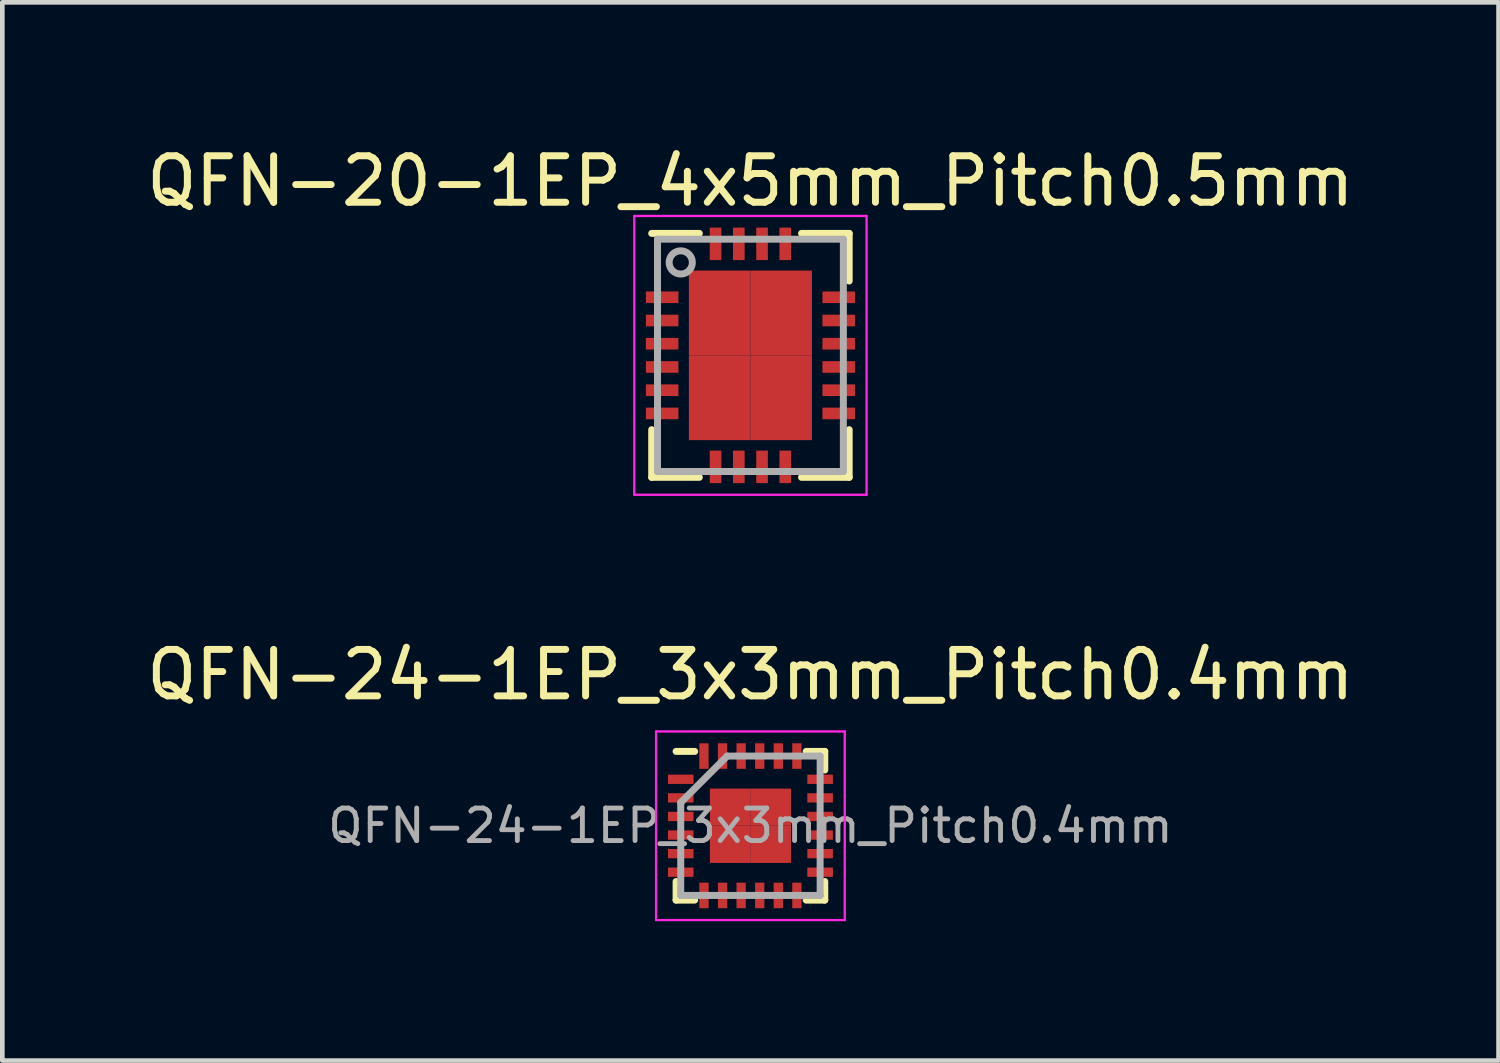
<source format=kicad_pcb>
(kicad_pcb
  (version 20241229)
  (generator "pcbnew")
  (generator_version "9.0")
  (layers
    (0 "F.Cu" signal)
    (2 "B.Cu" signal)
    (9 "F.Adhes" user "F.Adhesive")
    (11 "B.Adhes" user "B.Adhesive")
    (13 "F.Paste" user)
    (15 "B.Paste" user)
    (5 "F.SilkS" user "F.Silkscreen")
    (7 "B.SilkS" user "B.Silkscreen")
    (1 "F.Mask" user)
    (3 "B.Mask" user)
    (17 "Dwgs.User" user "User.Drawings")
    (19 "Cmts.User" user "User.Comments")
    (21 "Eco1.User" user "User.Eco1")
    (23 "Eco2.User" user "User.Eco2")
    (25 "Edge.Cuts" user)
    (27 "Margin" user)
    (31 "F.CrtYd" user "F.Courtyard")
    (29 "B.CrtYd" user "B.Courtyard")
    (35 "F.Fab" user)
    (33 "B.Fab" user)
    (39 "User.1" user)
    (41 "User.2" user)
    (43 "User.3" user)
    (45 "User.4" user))
  (footprint "QFN-20-1EP_4x5mm_Pitch0.5mm"
    (layer "F.Cu")
    (at 13.101 4.598)
    (property "Reference" "QFN-20-1EP_4x5mm_Pitch0.5mm" (at 0 -3.75 0) (layer "F.SilkS") (effects (font (size 1 1) (thickness 0.15))))
    (attr smd)
    (fp_line (start -2.125 -2.625) (end -1.1 -2.625) (stroke (width 0.15) (type solid)) (layer "F.SilkS"))
    (fp_line (start -2.125 2.625) (end -2.125 1.6) (stroke (width 0.15) (type solid)) (layer "F.SilkS"))
    (fp_line (start -2.125 2.625) (end -1.1 2.625) (stroke (width 0.15) (type solid)) (layer "F.SilkS"))
    (fp_line (start 2.125 -2.625) (end 1.1 -2.625) (stroke (width 0.15) (type solid)) (layer "F.SilkS"))
    (fp_line (start 2.125 -2.625) (end 2.125 -1.6) (stroke (width 0.15) (type solid)) (layer "F.SilkS"))
    (fp_line (start 2.125 2.625) (end 1.1 2.625) (stroke (width 0.15) (type solid)) (layer "F.SilkS"))
    (fp_line (start 2.125 2.625) (end 2.125 1.6) (stroke (width 0.15) (type solid)) (layer "F.SilkS"))
    (fp_line (start -2.5 -3) (end -2.5 3) (stroke (width 0.05) (type solid)) (layer "F.CrtYd"))
    (fp_line (start -2.5 -3) (end 2.5 -3) (stroke (width 0.05) (type solid)) (layer "F.CrtYd"))
    (fp_line (start -2.5 3) (end 2.5 3) (stroke (width 0.05) (type solid)) (layer "F.CrtYd"))
    (fp_line (start 2.5 -3) (end 2.5 3) (stroke (width 0.05) (type solid)) (layer "F.CrtYd"))
    (fp_line (start -2 -2.5) (end 2 -2.5) (stroke (width 0.15) (type solid)) (layer "F.Fab"))
    (fp_line (start -2 2.5) (end -2 -2.5) (stroke (width 0.15) (type solid)) (layer "F.Fab"))
    (fp_line (start 2 -2.5) (end 2 2.5) (stroke (width 0.15) (type solid)) (layer "F.Fab"))
    (fp_line (start 2 2.5) (end -2 2.5) (stroke (width 0.15) (type solid)) (layer "F.Fab"))
    (fp_circle (center -1.5 -2) (end -1.75 -2) (stroke (width 0.15) (type solid)) (fill no) (layer "F.Fab"))
    (pad "1" smd rect (at -1.9 -1.25) (size 0.7 0.25) (layers "F.Cu" "F.Mask" "F.Paste"))
    (pad "2" smd rect (at -1.9 -0.75) (size 0.7 0.25) (layers "F.Cu" "F.Mask" "F.Paste"))
    (pad "3" smd rect (at -1.9 -0.25) (size 0.7 0.25) (layers "F.Cu" "F.Mask" "F.Paste"))
    (pad "4" smd rect (at -1.9 0.25) (size 0.7 0.25) (layers "F.Cu" "F.Mask" "F.Paste"))
    (pad "5" smd rect (at -1.9 0.75) (size 0.7 0.25) (layers "F.Cu" "F.Mask" "F.Paste"))
    (pad "6" smd rect (at -1.9 1.25) (size 0.7 0.25) (layers "F.Cu" "F.Mask" "F.Paste"))
    (pad "7" smd rect (at -0.75 2.4 90) (size 0.7 0.25) (layers "F.Cu" "F.Mask" "F.Paste"))
    (pad "8" smd rect (at -0.25 2.4 90) (size 0.7 0.25) (layers "F.Cu" "F.Mask" "F.Paste"))
    (pad "9" smd rect (at 0.25 2.4 90) (size 0.7 0.25) (layers "F.Cu" "F.Mask" "F.Paste"))
    (pad "10" smd rect (at 0.75 2.4 90) (size 0.7 0.25) (layers "F.Cu" "F.Mask" "F.Paste"))
    (pad "11" smd rect (at 1.9 1.25) (size 0.7 0.25) (layers "F.Cu" "F.Mask" "F.Paste"))
    (pad "12" smd rect (at 1.9 0.75) (size 0.7 0.25) (layers "F.Cu" "F.Mask" "F.Paste"))
    (pad "13" smd rect (at 1.9 0.25) (size 0.7 0.25) (layers "F.Cu" "F.Mask" "F.Paste"))
    (pad "14" smd rect (at 1.9 -0.25) (size 0.7 0.25) (layers "F.Cu" "F.Mask" "F.Paste"))
    (pad "15" smd rect (at 1.9 -0.75) (size 0.7 0.25) (layers "F.Cu" "F.Mask" "F.Paste"))
    (pad "16" smd rect (at 1.9 -1.25) (size 0.7 0.25) (layers "F.Cu" "F.Mask" "F.Paste"))
    (pad "17" smd rect (at 0.75 -2.4 90) (size 0.7 0.25) (layers "F.Cu" "F.Mask" "F.Paste"))
    (pad "18" smd rect (at 0.25 -2.4 90) (size 0.7 0.25) (layers "F.Cu" "F.Mask" "F.Paste"))
    (pad "19" smd rect (at -0.25 -2.4 90) (size 0.7 0.25) (layers "F.Cu" "F.Mask" "F.Paste"))
    (pad "20" smd rect (at -0.75 -2.4 90) (size 0.7 0.25) (layers "F.Cu" "F.Mask" "F.Paste"))
    (pad "21" smd rect (at -0.662 -0.912) (size 1.325 1.825) (layers "F.Cu" "F.Mask" "F.Paste"))
    (pad "21" smd rect (at -0.662 0.912) (size 1.325 1.825) (layers "F.Cu" "F.Mask" "F.Paste"))
    (pad "21" smd rect (at 0.662 -0.912) (size 1.325 1.825) (layers "F.Cu" "F.Mask" "F.Paste"))
    (pad "21" smd rect (at 0.662 0.912) (size 1.325 1.825) (layers "F.Cu" "F.Mask" "F.Paste")))
  (footprint "QFN-24-1EP_3x3mm_Pitch0.4mm"
    (layer "F.Cu")
    (at 13.101 14.722)
    (property "Reference" "QFN-24-1EP_3x3mm_Pitch0.4mm" (at 0 -3.25 0) (layer "F.SilkS") (effects (font (size 1 1) (thickness 0.15))))
    (attr smd)
    (fp_line (start -1.6 -1.6) (end -1.2 -1.6) (stroke (width 0.15) (type solid)) (layer "F.SilkS"))
    (fp_line (start -1.6 1.6) (end -1.6 1.2) (stroke (width 0.15) (type solid)) (layer "F.SilkS"))
    (fp_line (start -1.6 1.6) (end -1.2 1.6) (stroke (width 0.15) (type solid)) (layer "F.SilkS"))
    (fp_line (start 1.6 -1.6) (end 1.2 -1.6) (stroke (width 0.15) (type solid)) (layer "F.SilkS"))
    (fp_line (start 1.6 -1.6) (end 1.6 -1.2) (stroke (width 0.15) (type solid)) (layer "F.SilkS"))
    (fp_line (start 1.6 1.6) (end 1.2 1.6) (stroke (width 0.15) (type solid)) (layer "F.SilkS"))
    (fp_line (start 1.6 1.6) (end 1.6 1.2) (stroke (width 0.15) (type solid)) (layer "F.SilkS"))
    (fp_line (start -2.03 -2.03) (end 2.03 -2.03) (stroke (width 0.05) (type solid)) (layer "F.CrtYd"))
    (fp_line (start -2.03 2.03) (end -2.03 -2.03) (stroke (width 0.05) (type solid)) (layer "F.CrtYd"))
    (fp_line (start 2.03 -2.03) (end 2.03 2.03) (stroke (width 0.05) (type solid)) (layer "F.CrtYd"))
    (fp_line (start 2.03 2.03) (end -2.03 2.03) (stroke (width 0.05) (type solid)) (layer "F.CrtYd"))
    (fp_line (start -1.5 -0.5) (end -0.5 -1.5) (stroke (width 0.15) (type solid)) (layer "F.Fab"))
    (fp_line (start -1.5 1.5) (end -1.5 -0.5) (stroke (width 0.15) (type solid)) (layer "F.Fab"))
    (fp_line (start -0.5 -1.5) (end 1.5 -1.5) (stroke (width 0.15) (type solid)) (layer "F.Fab"))
    (fp_line (start 1.5 -1.5) (end 1.5 1.5) (stroke (width 0.15) (type solid)) (layer "F.Fab"))
    (fp_line (start 1.5 1.5) (end -1.5 1.5) (stroke (width 0.15) (type solid)) (layer "F.Fab"))
    (fp_text user "${REFERENCE}" (at 0 0 0) (layer "F.Fab") (effects (font (size 0.7 0.7) (thickness 0.105))))
    (pad "1" smd rect (at -1.5 -1) (size 0.55 0.2) (layers "F.Cu" "F.Mask" "F.Paste"))
    (pad "2" smd rect (at -1.5 -0.6) (size 0.55 0.2) (layers "F.Cu" "F.Mask" "F.Paste"))
    (pad "3" smd rect (at -1.5 -0.2) (size 0.55 0.2) (layers "F.Cu" "F.Mask" "F.Paste"))
    (pad "4" smd rect (at -1.5 0.2) (size 0.55 0.2) (layers "F.Cu" "F.Mask" "F.Paste"))
    (pad "5" smd rect (at -1.5 0.6) (size 0.55 0.2) (layers "F.Cu" "F.Mask" "F.Paste"))
    (pad "6" smd rect (at -1.5 1) (size 0.55 0.2) (layers "F.Cu" "F.Mask" "F.Paste"))
    (pad "7" smd rect (at -1 1.5 90) (size 0.55 0.2) (layers "F.Cu" "F.Mask" "F.Paste"))
    (pad "8" smd rect (at -0.6 1.5 90) (size 0.55 0.2) (layers "F.Cu" "F.Mask" "F.Paste"))
    (pad "9" smd rect (at -0.2 1.5 90) (size 0.55 0.2) (layers "F.Cu" "F.Mask" "F.Paste"))
    (pad "10" smd rect (at 0.2 1.5 90) (size 0.55 0.2) (layers "F.Cu" "F.Mask" "F.Paste"))
    (pad "11" smd rect (at 0.6 1.5 90) (size 0.55 0.2) (layers "F.Cu" "F.Mask" "F.Paste"))
    (pad "12" smd rect (at 1 1.5 90) (size 0.55 0.2) (layers "F.Cu" "F.Mask" "F.Paste"))
    (pad "13" smd rect (at 1.5 1) (size 0.55 0.2) (layers "F.Cu" "F.Mask" "F.Paste"))
    (pad "14" smd rect (at 1.5 0.6) (size 0.55 0.2) (layers "F.Cu" "F.Mask" "F.Paste"))
    (pad "15" smd rect (at 1.5 0.2) (size 0.55 0.2) (layers "F.Cu" "F.Mask" "F.Paste"))
    (pad "16" smd rect (at 1.5 -0.2) (size 0.55 0.2) (layers "F.Cu" "F.Mask" "F.Paste"))
    (pad "17" smd rect (at 1.5 -0.6) (size 0.55 0.2) (layers "F.Cu" "F.Mask" "F.Paste"))
    (pad "18" smd rect (at 1.5 -1) (size 0.55 0.2) (layers "F.Cu" "F.Mask" "F.Paste"))
    (pad "19" smd rect (at 1 -1.5 90) (size 0.55 0.2) (layers "F.Cu" "F.Mask" "F.Paste"))
    (pad "20" smd rect (at 0.6 -1.5 90) (size 0.55 0.2) (layers "F.Cu" "F.Mask" "F.Paste"))
    (pad "21" smd rect (at 0.2 -1.5 90) (size 0.55 0.2) (layers "F.Cu" "F.Mask" "F.Paste"))
    (pad "22" smd rect (at -0.2 -1.5 90) (size 0.55 0.2) (layers "F.Cu" "F.Mask" "F.Paste"))
    (pad "23" smd rect (at -0.6 -1.5 90) (size 0.55 0.2) (layers "F.Cu" "F.Mask" "F.Paste"))
    (pad "24" smd rect (at -1 -1.5 90) (size 0.55 0.2) (layers "F.Cu" "F.Mask" "F.Paste"))
    (pad "25" smd rect (at -0.435 -0.4) (size 0.875 0.8) (layers "F.Cu" "F.Mask" "F.Paste"))
    (pad "25" smd rect (at -0.435 0.4) (size 0.875 0.8) (layers "F.Cu" "F.Mask" "F.Paste"))
    (pad "25" smd rect (at 0.435 -0.4) (size 0.875 0.8) (layers "F.Cu" "F.Mask" "F.Paste"))
    (pad "25" smd rect (at 0.435 0.4) (size 0.875 0.8) (layers "F.Cu" "F.Mask" "F.Paste")))
  (gr_rect
    (start -3 -3)
    (end 29.202 19.776)
    (stroke (width 0.1) (type default))
    (fill no)
    (layer "Edge.Cuts")))
</source>
